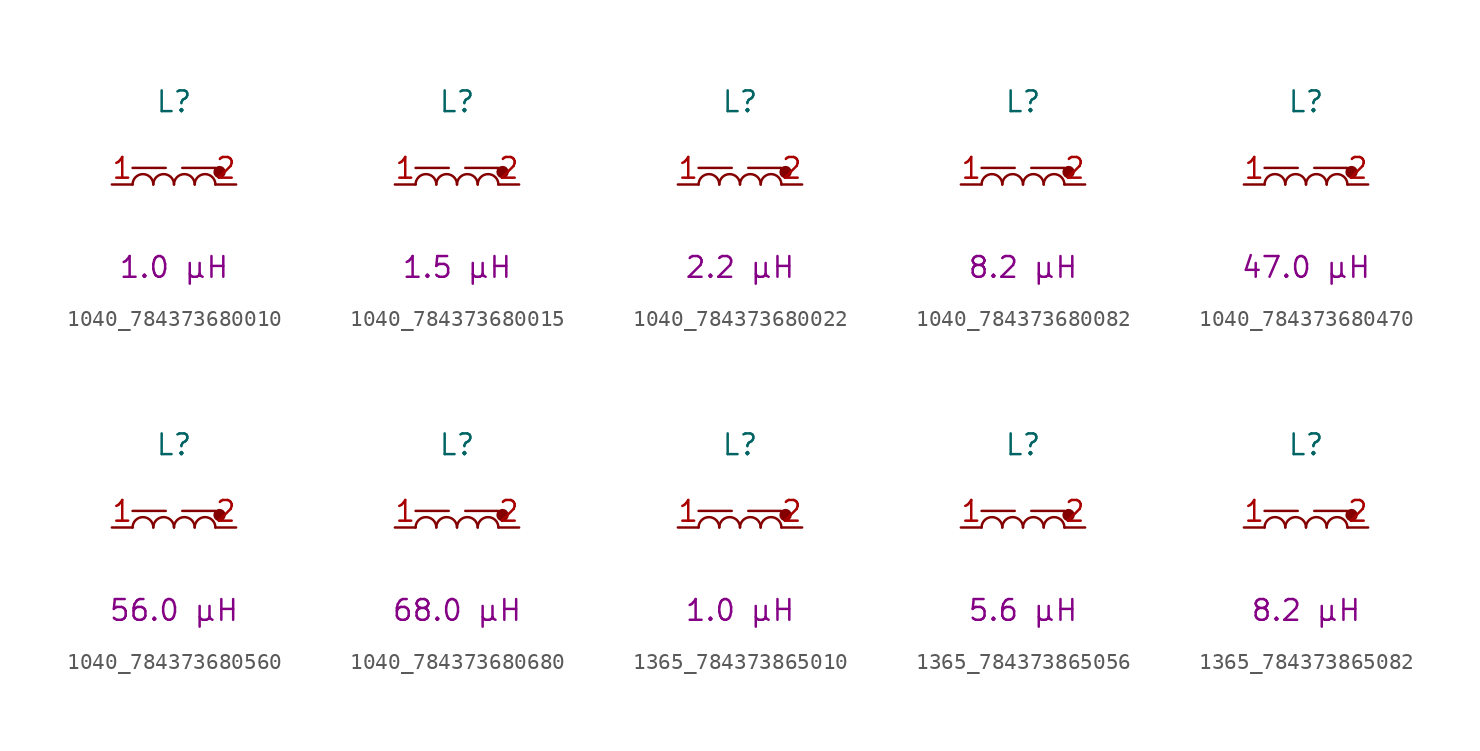
<source format=kicad_sym>
(kicad_symbol_lib
  (version 20220914)
  (generator kicad_symbol_editor)
  (symbol "1040_784373680010"
    (pin_names hide)
    (property "Reference" "L"
      (at 0 5.08 0)
      (effects (font (size 1.27 1.27))))
    (property "Critical Parameter" "1.0 µH"
      (at 0 -5.08 0)
      (effects (font (size 1.27 1.27))))
    (symbol "1040_784373680010_0_1"
      (arc (start -1.27 0) (mid -1.905 0.6323) (end -2.54 0) (stroke (width 0) (type default)) (fill (type none)))
      (arc (start 0 0) (mid -0.635 0.6323) (end -1.27 0) (stroke (width 0) (type default)) (fill (type none)))
      (polyline (pts (xy -2.54 1.016) (xy -0.508 1.016)) (stroke (width 0) (type default)) (fill (type none)))
      (arc (start 1.27 0) (mid 0.635 0.6323) (end 0 0) (stroke (width 0) (type default)) (fill (type none)))
      (arc (start 2.54 0) (mid 1.905 0.6323) (end 1.27 0) (stroke (width 0) (type default)) (fill (type none))))
    (symbol "1040_784373680010_1_1"
      (polyline (pts (xy 2.54 1.016) (xy 0.508 1.016)) (stroke (width 0) (type default)) (fill (type none)))
      (circle (center 2.794 0.762) (radius 0.0001) (stroke (width 0.381) (type default)) (fill (type none)))
      (pin passive line (at -3.81 0 0) (length 1.27) (name "1" (effects (font (size 1.27 1.27)))) (number "1" (effects (font (size 1.27 1.27)))))
      (pin passive line (at 3.81 0 180) (length 1.27) (name "2" (effects (font (size 1.27 1.27)))) (number "2" (effects (font (size 1.27 1.27)))))))
  (symbol "1040_784373680015"
    (pin_names hide)
    (property "Reference" "L"
      (at 0 5.08 0)
      (effects (font (size 1.27 1.27))))
    (property "Critical Parameter" "1.5 µH"
      (at 0 -5.08 0)
      (effects (font (size 1.27 1.27))))
    (symbol "1040_784373680015_0_1"
      (arc (start -1.27 0) (mid -1.905 0.6323) (end -2.54 0) (stroke (width 0) (type default)) (fill (type none)))
      (arc (start 0 0) (mid -0.635 0.6323) (end -1.27 0) (stroke (width 0) (type default)) (fill (type none)))
      (polyline (pts (xy -2.54 1.016) (xy -0.508 1.016)) (stroke (width 0) (type default)) (fill (type none)))
      (arc (start 1.27 0) (mid 0.635 0.6323) (end 0 0) (stroke (width 0) (type default)) (fill (type none)))
      (arc (start 2.54 0) (mid 1.905 0.6323) (end 1.27 0) (stroke (width 0) (type default)) (fill (type none))))
    (symbol "1040_784373680015_1_1"
      (polyline (pts (xy 2.54 1.016) (xy 0.508 1.016)) (stroke (width 0) (type default)) (fill (type none)))
      (circle (center 2.794 0.762) (radius 0.0001) (stroke (width 0.381) (type default)) (fill (type none)))
      (pin passive line (at -3.81 0 0) (length 1.27) (name "1" (effects (font (size 1.27 1.27)))) (number "1" (effects (font (size 1.27 1.27)))))
      (pin passive line (at 3.81 0 180) (length 1.27) (name "2" (effects (font (size 1.27 1.27)))) (number "2" (effects (font (size 1.27 1.27)))))))
  (symbol "1040_784373680022"
    (pin_names hide)
    (property "Reference" "L"
      (at 0 5.08 0)
      (effects (font (size 1.27 1.27))))
    (property "Critical Parameter" "2.2 µH"
      (at 0 -5.08 0)
      (effects (font (size 1.27 1.27))))
    (symbol "1040_784373680022_0_1"
      (arc (start -1.27 0) (mid -1.905 0.6323) (end -2.54 0) (stroke (width 0) (type default)) (fill (type none)))
      (arc (start 0 0) (mid -0.635 0.6323) (end -1.27 0) (stroke (width 0) (type default)) (fill (type none)))
      (polyline (pts (xy -2.54 1.016) (xy -0.508 1.016)) (stroke (width 0) (type default)) (fill (type none)))
      (arc (start 1.27 0) (mid 0.635 0.6323) (end 0 0) (stroke (width 0) (type default)) (fill (type none)))
      (arc (start 2.54 0) (mid 1.905 0.6323) (end 1.27 0) (stroke (width 0) (type default)) (fill (type none))))
    (symbol "1040_784373680022_1_1"
      (polyline (pts (xy 2.54 1.016) (xy 0.508 1.016)) (stroke (width 0) (type default)) (fill (type none)))
      (circle (center 2.794 0.762) (radius 0.0001) (stroke (width 0.381) (type default)) (fill (type none)))
      (pin passive line (at -3.81 0 0) (length 1.27) (name "1" (effects (font (size 1.27 1.27)))) (number "1" (effects (font (size 1.27 1.27)))))
      (pin passive line (at 3.81 0 180) (length 1.27) (name "2" (effects (font (size 1.27 1.27)))) (number "2" (effects (font (size 1.27 1.27)))))))
  (symbol "1040_784373680082"
    (pin_names hide)
    (property "Reference" "L"
      (at 0 5.08 0)
      (effects (font (size 1.27 1.27))))
    (property "Critical Parameter" "8.2 µH"
      (at 0 -5.08 0)
      (effects (font (size 1.27 1.27))))
    (symbol "1040_784373680082_0_1"
      (arc (start -1.27 0) (mid -1.905 0.6323) (end -2.54 0) (stroke (width 0) (type default)) (fill (type none)))
      (arc (start 0 0) (mid -0.635 0.6323) (end -1.27 0) (stroke (width 0) (type default)) (fill (type none)))
      (polyline (pts (xy -2.54 1.016) (xy -0.508 1.016)) (stroke (width 0) (type default)) (fill (type none)))
      (arc (start 1.27 0) (mid 0.635 0.6323) (end 0 0) (stroke (width 0) (type default)) (fill (type none)))
      (arc (start 2.54 0) (mid 1.905 0.6323) (end 1.27 0) (stroke (width 0) (type default)) (fill (type none))))
    (symbol "1040_784373680082_1_1"
      (polyline (pts (xy 2.54 1.016) (xy 0.508 1.016)) (stroke (width 0) (type default)) (fill (type none)))
      (circle (center 2.794 0.762) (radius 0.0001) (stroke (width 0.381) (type default)) (fill (type none)))
      (pin passive line (at -3.81 0 0) (length 1.27) (name "1" (effects (font (size 1.27 1.27)))) (number "1" (effects (font (size 1.27 1.27)))))
      (pin passive line (at 3.81 0 180) (length 1.27) (name "2" (effects (font (size 1.27 1.27)))) (number "2" (effects (font (size 1.27 1.27)))))))
  (symbol "1040_784373680470"
    (pin_names hide)
    (property "Reference" "L"
      (at 0 5.08 0)
      (effects (font (size 1.27 1.27))))
    (property "Critical Parameter" "47.0 µH"
      (at 0 -5.08 0)
      (effects (font (size 1.27 1.27))))
    (symbol "1040_784373680470_0_1"
      (arc (start -1.27 0) (mid -1.905 0.6323) (end -2.54 0) (stroke (width 0) (type default)) (fill (type none)))
      (arc (start 0 0) (mid -0.635 0.6323) (end -1.27 0) (stroke (width 0) (type default)) (fill (type none)))
      (polyline (pts (xy -2.54 1.016) (xy -0.508 1.016)) (stroke (width 0) (type default)) (fill (type none)))
      (arc (start 1.27 0) (mid 0.635 0.6323) (end 0 0) (stroke (width 0) (type default)) (fill (type none)))
      (arc (start 2.54 0) (mid 1.905 0.6323) (end 1.27 0) (stroke (width 0) (type default)) (fill (type none))))
    (symbol "1040_784373680470_1_1"
      (polyline (pts (xy 2.54 1.016) (xy 0.508 1.016)) (stroke (width 0) (type default)) (fill (type none)))
      (circle (center 2.794 0.762) (radius 0.0001) (stroke (width 0.381) (type default)) (fill (type none)))
      (pin passive line (at -3.81 0 0) (length 1.27) (name "1" (effects (font (size 1.27 1.27)))) (number "1" (effects (font (size 1.27 1.27)))))
      (pin passive line (at 3.81 0 180) (length 1.27) (name "2" (effects (font (size 1.27 1.27)))) (number "2" (effects (font (size 1.27 1.27)))))))
  (symbol "1040_784373680560"
    (pin_names hide)
    (property "Reference" "L"
      (at 0 5.08 0)
      (effects (font (size 1.27 1.27))))
    (property "Critical Parameter" "56.0 µH"
      (at 0 -5.08 0)
      (effects (font (size 1.27 1.27))))
    (symbol "1040_784373680560_0_1"
      (arc (start -1.27 0) (mid -1.905 0.6323) (end -2.54 0) (stroke (width 0) (type default)) (fill (type none)))
      (arc (start 0 0) (mid -0.635 0.6323) (end -1.27 0) (stroke (width 0) (type default)) (fill (type none)))
      (polyline (pts (xy -2.54 1.016) (xy -0.508 1.016)) (stroke (width 0) (type default)) (fill (type none)))
      (arc (start 1.27 0) (mid 0.635 0.6323) (end 0 0) (stroke (width 0) (type default)) (fill (type none)))
      (arc (start 2.54 0) (mid 1.905 0.6323) (end 1.27 0) (stroke (width 0) (type default)) (fill (type none))))
    (symbol "1040_784373680560_1_1"
      (polyline (pts (xy 2.54 1.016) (xy 0.508 1.016)) (stroke (width 0) (type default)) (fill (type none)))
      (circle (center 2.794 0.762) (radius 0.0001) (stroke (width 0.381) (type default)) (fill (type none)))
      (pin passive line (at -3.81 0 0) (length 1.27) (name "1" (effects (font (size 1.27 1.27)))) (number "1" (effects (font (size 1.27 1.27)))))
      (pin passive line (at 3.81 0 180) (length 1.27) (name "2" (effects (font (size 1.27 1.27)))) (number "2" (effects (font (size 1.27 1.27)))))))
  (symbol "1040_784373680680"
    (pin_names hide)
    (property "Reference" "L"
      (at 0 5.08 0)
      (effects (font (size 1.27 1.27))))
    (property "Critical Parameter" "68.0 µH"
      (at 0 -5.08 0)
      (effects (font (size 1.27 1.27))))
    (symbol "1040_784373680680_0_1"
      (arc (start -1.27 0) (mid -1.905 0.6323) (end -2.54 0) (stroke (width 0) (type default)) (fill (type none)))
      (arc (start 0 0) (mid -0.635 0.6323) (end -1.27 0) (stroke (width 0) (type default)) (fill (type none)))
      (polyline (pts (xy -2.54 1.016) (xy -0.508 1.016)) (stroke (width 0) (type default)) (fill (type none)))
      (arc (start 1.27 0) (mid 0.635 0.6323) (end 0 0) (stroke (width 0) (type default)) (fill (type none)))
      (arc (start 2.54 0) (mid 1.905 0.6323) (end 1.27 0) (stroke (width 0) (type default)) (fill (type none))))
    (symbol "1040_784373680680_1_1"
      (polyline (pts (xy 2.54 1.016) (xy 0.508 1.016)) (stroke (width 0) (type default)) (fill (type none)))
      (circle (center 2.794 0.762) (radius 0.0001) (stroke (width 0.381) (type default)) (fill (type none)))
      (pin passive line (at -3.81 0 0) (length 1.27) (name "1" (effects (font (size 1.27 1.27)))) (number "1" (effects (font (size 1.27 1.27)))))
      (pin passive line (at 3.81 0 180) (length 1.27) (name "2" (effects (font (size 1.27 1.27)))) (number "2" (effects (font (size 1.27 1.27)))))))
  (symbol "1365_784373865010"
    (pin_names hide)
    (property "Reference" "L"
      (at 0 5.08 0)
      (effects (font (size 1.27 1.27))))
    (property "Critical Parameter" "1.0 µH"
      (at 0 -5.08 0)
      (effects (font (size 1.27 1.27))))
    (symbol "1365_784373865010_0_1"
      (arc (start -1.27 0) (mid -1.905 0.6323) (end -2.54 0) (stroke (width 0) (type default)) (fill (type none)))
      (arc (start 0 0) (mid -0.635 0.6323) (end -1.27 0) (stroke (width 0) (type default)) (fill (type none)))
      (polyline (pts (xy -2.54 1.016) (xy -0.508 1.016)) (stroke (width 0) (type default)) (fill (type none)))
      (arc (start 1.27 0) (mid 0.635 0.6323) (end 0 0) (stroke (width 0) (type default)) (fill (type none)))
      (arc (start 2.54 0) (mid 1.905 0.6323) (end 1.27 0) (stroke (width 0) (type default)) (fill (type none))))
    (symbol "1365_784373865010_1_1"
      (polyline (pts (xy 2.54 1.016) (xy 0.508 1.016)) (stroke (width 0) (type default)) (fill (type none)))
      (circle (center 2.794 0.762) (radius 0.0001) (stroke (width 0.381) (type default)) (fill (type none)))
      (pin passive line (at -3.81 0 0) (length 1.27) (name "1" (effects (font (size 1.27 1.27)))) (number "1" (effects (font (size 1.27 1.27)))))
      (pin passive line (at 3.81 0 180) (length 1.27) (name "2" (effects (font (size 1.27 1.27)))) (number "2" (effects (font (size 1.27 1.27)))))))
  (symbol "1365_784373865056"
    (pin_names hide)
    (property "Reference" "L"
      (at 0 5.08 0)
      (effects (font (size 1.27 1.27))))
    (property "Critical Parameter" "5.6 µH"
      (at 0 -5.08 0)
      (effects (font (size 1.27 1.27))))
    (symbol "1365_784373865056_0_1"
      (arc (start -1.27 0) (mid -1.905 0.6323) (end -2.54 0) (stroke (width 0) (type default)) (fill (type none)))
      (arc (start 0 0) (mid -0.635 0.6323) (end -1.27 0) (stroke (width 0) (type default)) (fill (type none)))
      (polyline (pts (xy -2.54 1.016) (xy -0.508 1.016)) (stroke (width 0) (type default)) (fill (type none)))
      (arc (start 1.27 0) (mid 0.635 0.6323) (end 0 0) (stroke (width 0) (type default)) (fill (type none)))
      (arc (start 2.54 0) (mid 1.905 0.6323) (end 1.27 0) (stroke (width 0) (type default)) (fill (type none))))
    (symbol "1365_784373865056_1_1"
      (polyline (pts (xy 2.54 1.016) (xy 0.508 1.016)) (stroke (width 0) (type default)) (fill (type none)))
      (circle (center 2.794 0.762) (radius 0.0001) (stroke (width 0.381) (type default)) (fill (type none)))
      (pin passive line (at -3.81 0 0) (length 1.27) (name "1" (effects (font (size 1.27 1.27)))) (number "1" (effects (font (size 1.27 1.27)))))
      (pin passive line (at 3.81 0 180) (length 1.27) (name "2" (effects (font (size 1.27 1.27)))) (number "2" (effects (font (size 1.27 1.27)))))))
  (symbol "1365_784373865082"
    (pin_names hide)
    (property "Reference" "L"
      (at 0 5.08 0)
      (effects (font (size 1.27 1.27))))
    (property "Critical Parameter" "8.2 µH"
      (at 0 -5.08 0)
      (effects (font (size 1.27 1.27))))
    (symbol "1365_784373865082_0_1"
      (arc (start -1.27 0) (mid -1.905 0.6323) (end -2.54 0) (stroke (width 0) (type default)) (fill (type none)))
      (arc (start 0 0) (mid -0.635 0.6323) (end -1.27 0) (stroke (width 0) (type default)) (fill (type none)))
      (polyline (pts (xy -2.54 1.016) (xy -0.508 1.016)) (stroke (width 0) (type default)) (fill (type none)))
      (arc (start 1.27 0) (mid 0.635 0.6323) (end 0 0) (stroke (width 0) (type default)) (fill (type none)))
      (arc (start 2.54 0) (mid 1.905 0.6323) (end 1.27 0) (stroke (width 0) (type default)) (fill (type none))))
    (symbol "1365_784373865082_1_1"
      (polyline (pts (xy 2.54 1.016) (xy 0.508 1.016)) (stroke (width 0) (type default)) (fill (type none)))
      (circle (center 2.794 0.762) (radius 0.0001) (stroke (width 0.381) (type default)) (fill (type none)))
      (pin passive line (at -3.81 0 0) (length 1.27) (name "1" (effects (font (size 1.27 1.27)))) (number "1" (effects (font (size 1.27 1.27)))))
      (pin passive line (at 3.81 0 180) (length 1.27) (name "2" (effects (font (size 1.27 1.27)))) (number "2" (effects (font (size 1.27 1.27))))))))
</source>
